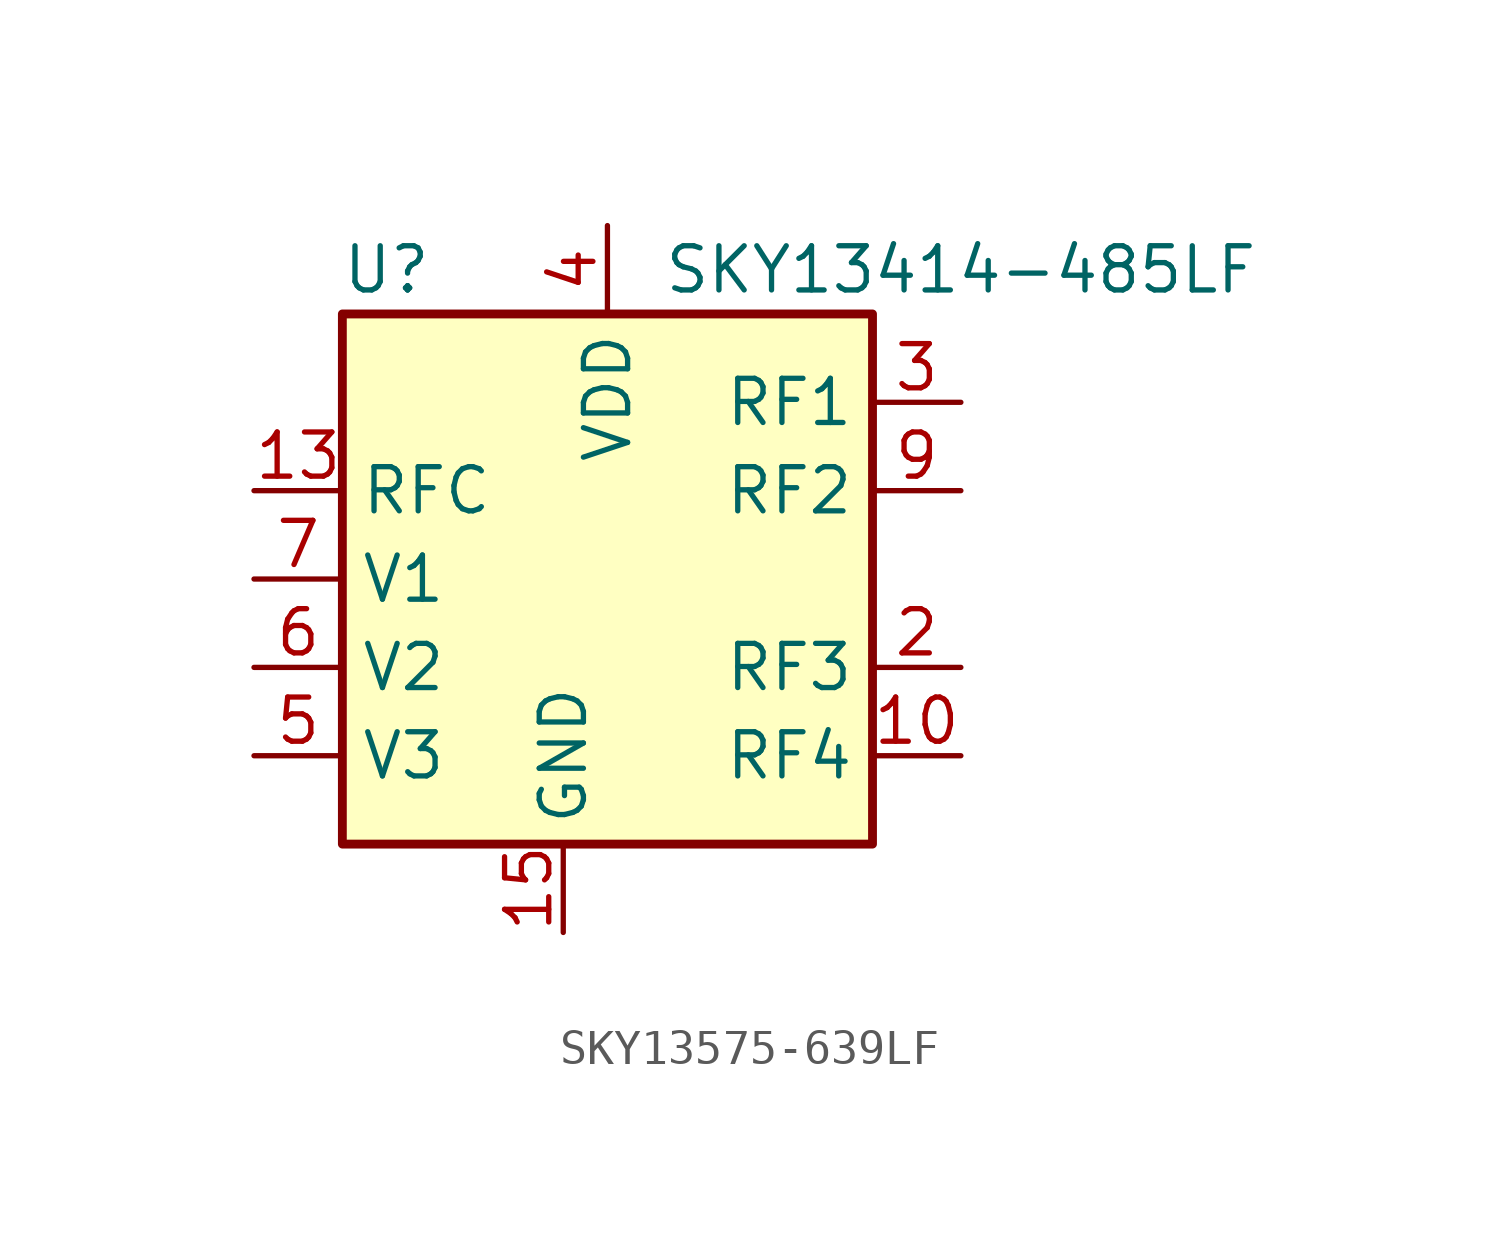
<source format=kicad_sym>
(kicad_symbol_lib
  (version 20241209)
  (generator "kicad_symbol_editor")
  (generator_version "9.0")
  (symbol "SKY13575-639LF"
    (property "Reference" "U"
      (at -6.35 8.89 0)
      (effects (font (size 1.27 1.27))))
    (property "Value" "SKY13414-485LF"
      (at 10.16 8.89 0)
      (effects (font (size 1.27 1.27))))
    (symbol "SKY13575-639LF_0_1"
      (rectangle (start -7.62 7.62) (end 7.62 -7.62) (stroke (width 0.254) (type default)) (fill (type background))))
    (symbol "SKY13575-639LF_1_1"
      (pin passive line (at -10.16 2.54 0) (length 2.54) (name "RFC" (effects (font (size 1.27 1.27)))) (number "13" (effects (font (size 1.27 1.27)))))
      (pin input line (at -10.16 0 0) (length 2.54) (name "V1" (effects (font (size 1.27 1.27)))) (number "7" (effects (font (size 1.27 1.27)))))
      (pin input line (at -10.16 -2.54 0) (length 2.54) (name "V2" (effects (font (size 1.27 1.27)))) (number "6" (effects (font (size 1.27 1.27)))))
      (pin input line (at -10.16 -5.08 0) (length 2.54) (name "V3" (effects (font (size 1.27 1.27)))) (number "5" (effects (font (size 1.27 1.27)))))
      (pin no_connect line (at -5.08 -3.81 90) (length 2.54) (hide yes) (name "NC@1" (effects (font (size 1.27 1.27)))) (number "1" (effects (font (size 1.27 1.27)))))
      (pin no_connect line (at -2.54 -3.81 90) (length 2.54) (hide yes) (name "NC@8" (effects (font (size 1.27 1.27)))) (number "8" (effects (font (size 1.27 1.27)))))
      (pin power_in line (at -1.27 -10.16 90) (length 2.54) (name "GND" (effects (font (size 1.27 1.27)))) (number "15" (effects (font (size 1.27 1.27)))))
      (pin power_in line (at 0 10.16 270) (length 2.54) (name "VDD" (effects (font (size 1.27 1.27)))) (number "4" (effects (font (size 1.27 1.27)))))
      (pin no_connect line (at 0 -3.81 90) (length 2.54) (hide yes) (name "NC@11" (effects (font (size 1.27 1.27)))) (number "11" (effects (font (size 1.27 1.27)))))
      (pin no_connect line (at 2.54 -3.81 90) (length 2.54) (hide yes) (name "NC@12" (effects (font (size 1.27 1.27)))) (number "12" (effects (font (size 1.27 1.27)))))
      (pin no_connect line (at 5.08 -3.81 90) (length 2.54) (hide yes) (name "NC@14" (effects (font (size 1.27 1.27)))) (number "14" (effects (font (size 1.27 1.27)))))
      (pin passive line (at 10.16 5.08 180) (length 2.54) (name "RF1" (effects (font (size 1.27 1.27)))) (number "3" (effects (font (size 1.27 1.27)))))
      (pin passive line (at 10.16 2.54 180) (length 2.54) (name "RF2" (effects (font (size 1.27 1.27)))) (number "9" (effects (font (size 1.27 1.27)))))
      (pin passive line (at 10.16 -2.54 180) (length 2.54) (name "RF3" (effects (font (size 1.27 1.27)))) (number "2" (effects (font (size 1.27 1.27)))))
      (pin passive line (at 10.16 -5.08 180) (length 2.54) (name "RF4" (effects (font (size 1.27 1.27)))) (number "10" (effects (font (size 1.27 1.27))))))))
</source>
